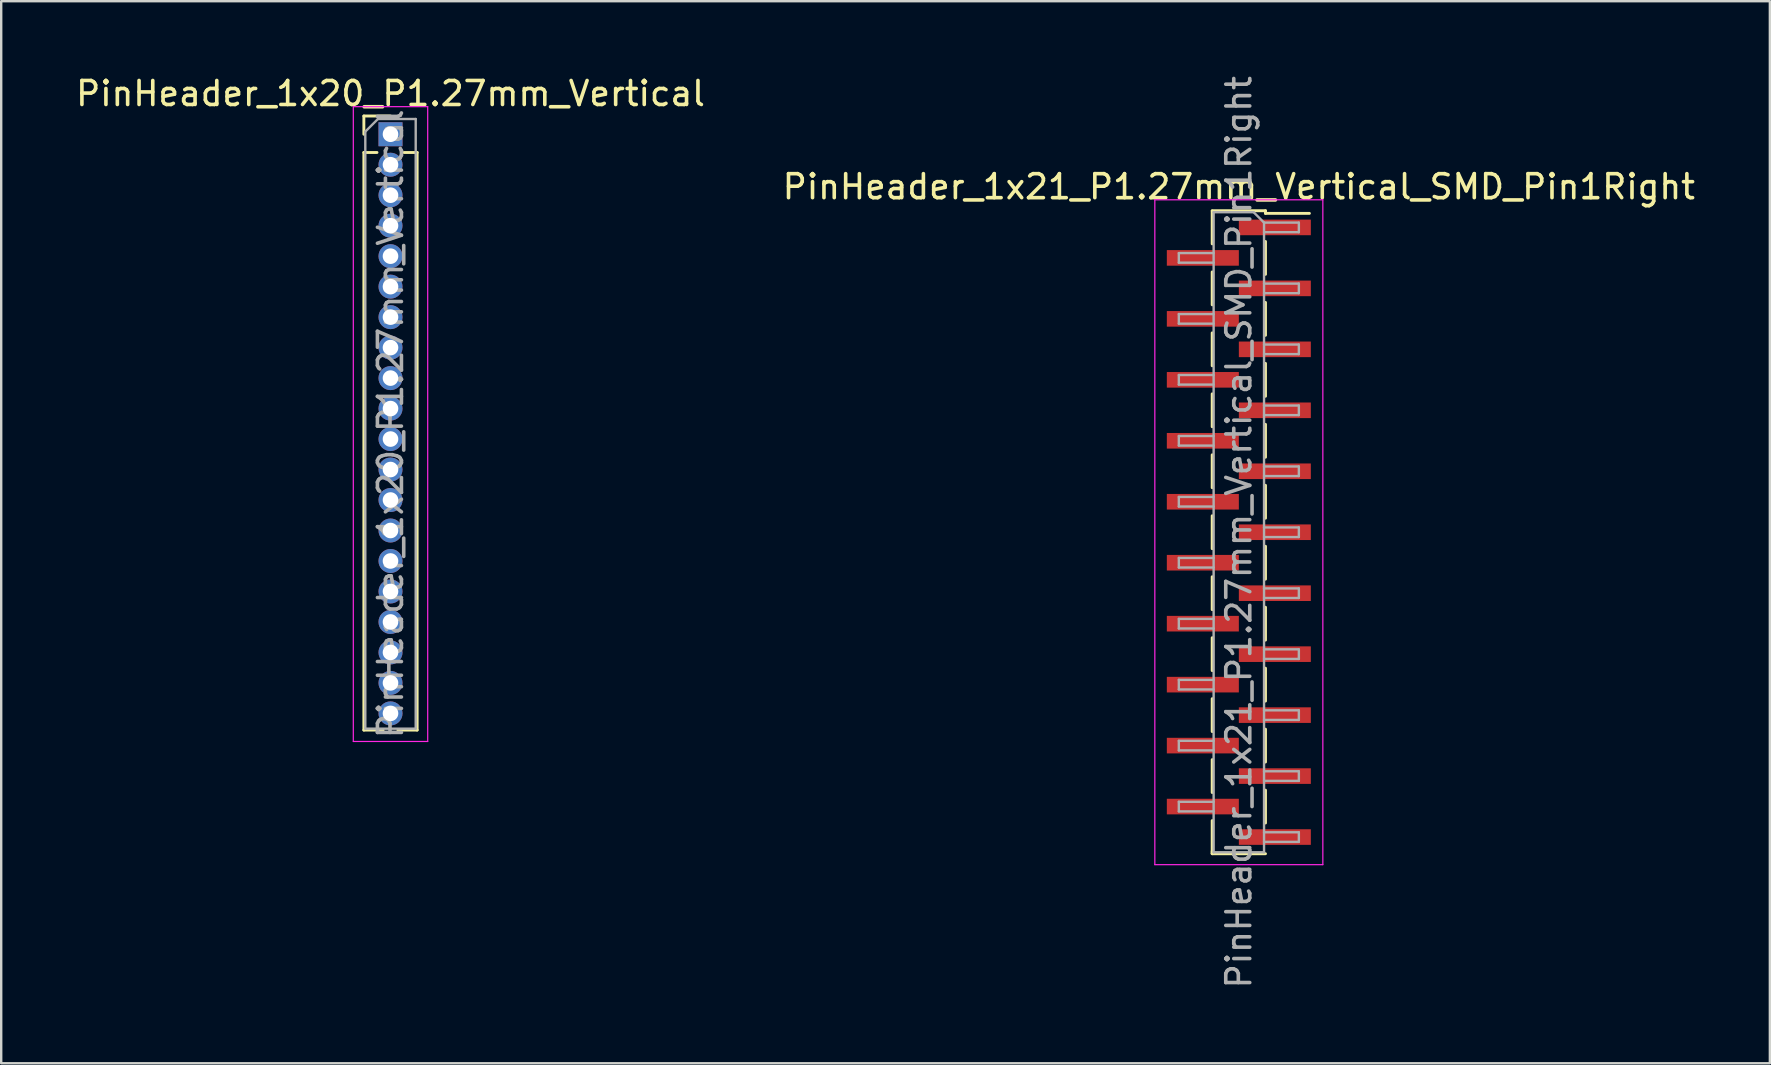
<source format=kicad_pcb>
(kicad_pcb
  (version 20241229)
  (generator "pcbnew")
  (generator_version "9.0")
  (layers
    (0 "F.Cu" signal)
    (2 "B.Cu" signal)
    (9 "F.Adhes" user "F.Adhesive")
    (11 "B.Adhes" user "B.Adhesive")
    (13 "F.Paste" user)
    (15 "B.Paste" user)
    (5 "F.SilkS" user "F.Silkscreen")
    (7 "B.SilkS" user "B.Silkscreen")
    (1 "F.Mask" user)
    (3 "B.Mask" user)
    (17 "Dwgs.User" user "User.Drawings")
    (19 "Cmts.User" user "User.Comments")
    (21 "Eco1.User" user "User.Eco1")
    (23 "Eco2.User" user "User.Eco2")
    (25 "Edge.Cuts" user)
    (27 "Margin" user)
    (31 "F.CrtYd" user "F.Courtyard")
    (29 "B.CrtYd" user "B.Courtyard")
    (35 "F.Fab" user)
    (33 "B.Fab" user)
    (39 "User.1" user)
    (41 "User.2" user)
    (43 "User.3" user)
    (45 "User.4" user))
  (footprint "PinHeader_1x21_P1.27mm_Vertical_SMD_Pin1Right"
    (layer "F.Cu")
    (at 48.565 19.125)
    (property "Reference" "PinHeader_1x21_P1.27mm_Vertical_SMD_Pin1Right" (at 0 -14.395 0) (layer "F.SilkS") (effects (font (size 1 1) (thickness 0.15))))
    (attr smd)
    (fp_line (start -1.11 -13.395) (end 1.11 -13.395) (stroke (width 0.12) (type solid)) (layer "F.SilkS"))
    (fp_line (start -1.11 -13.385) (end -1.11 -12.015) (stroke (width 0.12) (type solid)) (layer "F.SilkS"))
    (fp_line (start -1.11 -10.845) (end -1.11 -9.475) (stroke (width 0.12) (type solid)) (layer "F.SilkS"))
    (fp_line (start -1.11 -8.305) (end -1.11 -6.935) (stroke (width 0.12) (type solid)) (layer "F.SilkS"))
    (fp_line (start -1.11 -5.765) (end -1.11 -4.395) (stroke (width 0.12) (type solid)) (layer "F.SilkS"))
    (fp_line (start -1.11 -3.225) (end -1.11 -1.855) (stroke (width 0.12) (type solid)) (layer "F.SilkS"))
    (fp_line (start -1.11 -0.685) (end -1.11 0.685) (stroke (width 0.12) (type solid)) (layer "F.SilkS"))
    (fp_line (start -1.11 1.855) (end -1.11 3.225) (stroke (width 0.12) (type solid)) (layer "F.SilkS"))
    (fp_line (start -1.11 4.395) (end -1.11 5.765) (stroke (width 0.12) (type solid)) (layer "F.SilkS"))
    (fp_line (start -1.11 6.935) (end -1.11 8.305) (stroke (width 0.12) (type solid)) (layer "F.SilkS"))
    (fp_line (start -1.11 9.475) (end -1.11 10.845) (stroke (width 0.12) (type solid)) (layer "F.SilkS"))
    (fp_line (start -1.11 12.015) (end -1.11 13.385) (stroke (width 0.12) (type solid)) (layer "F.SilkS"))
    (fp_line (start -1.11 13.285) (end -1.11 13.395) (stroke (width 0.12) (type solid)) (layer "F.SilkS"))
    (fp_line (start -1.11 13.395) (end 1.11 13.395) (stroke (width 0.12) (type solid)) (layer "F.SilkS"))
    (fp_line (start 1.11 -13.395) (end 1.11 -13.285) (stroke (width 0.12) (type solid)) (layer "F.SilkS"))
    (fp_line (start 1.11 -13.285) (end 2.94 -13.285) (stroke (width 0.12) (type solid)) (layer "F.SilkS"))
    (fp_line (start 1.11 -12.115) (end 1.11 -10.745) (stroke (width 0.12) (type solid)) (layer "F.SilkS"))
    (fp_line (start 1.11 -9.575) (end 1.11 -8.205) (stroke (width 0.12) (type solid)) (layer "F.SilkS"))
    (fp_line (start 1.11 -7.035) (end 1.11 -5.665) (stroke (width 0.12) (type solid)) (layer "F.SilkS"))
    (fp_line (start 1.11 -4.495) (end 1.11 -3.125) (stroke (width 0.12) (type solid)) (layer "F.SilkS"))
    (fp_line (start 1.11 -1.955) (end 1.11 -0.585) (stroke (width 0.12) (type solid)) (layer "F.SilkS"))
    (fp_line (start 1.11 0.585) (end 1.11 1.955) (stroke (width 0.12) (type solid)) (layer "F.SilkS"))
    (fp_line (start 1.11 3.125) (end 1.11 4.495) (stroke (width 0.12) (type solid)) (layer "F.SilkS"))
    (fp_line (start 1.11 5.665) (end 1.11 7.035) (stroke (width 0.12) (type solid)) (layer "F.SilkS"))
    (fp_line (start 1.11 8.205) (end 1.11 9.575) (stroke (width 0.12) (type solid)) (layer "F.SilkS"))
    (fp_line (start 1.11 10.745) (end 1.11 12.115) (stroke (width 0.12) (type solid)) (layer "F.SilkS"))
    (fp_line (start -3.5 -13.85) (end -3.5 13.85) (stroke (width 0.05) (type solid)) (layer "F.CrtYd"))
    (fp_line (start -3.5 13.85) (end 3.5 13.85) (stroke (width 0.05) (type solid)) (layer "F.CrtYd"))
    (fp_line (start 3.5 -13.85) (end -3.5 -13.85) (stroke (width 0.05) (type solid)) (layer "F.CrtYd"))
    (fp_line (start 3.5 13.85) (end 3.5 -13.85) (stroke (width 0.05) (type solid)) (layer "F.CrtYd"))
    (fp_line (start -2.5 -11.63) (end -2.5 -11.23) (stroke (width 0.1) (type solid)) (layer "F.Fab"))
    (fp_line (start -2.5 -11.23) (end -1.05 -11.23) (stroke (width 0.1) (type solid)) (layer "F.Fab"))
    (fp_line (start -2.5 -9.09) (end -2.5 -8.69) (stroke (width 0.1) (type solid)) (layer "F.Fab"))
    (fp_line (start -2.5 -8.69) (end -1.05 -8.69) (stroke (width 0.1) (type solid)) (layer "F.Fab"))
    (fp_line (start -2.5 -6.55) (end -2.5 -6.15) (stroke (width 0.1) (type solid)) (layer "F.Fab"))
    (fp_line (start -2.5 -6.15) (end -1.05 -6.15) (stroke (width 0.1) (type solid)) (layer "F.Fab"))
    (fp_line (start -2.5 -4.01) (end -2.5 -3.61) (stroke (width 0.1) (type solid)) (layer "F.Fab"))
    (fp_line (start -2.5 -3.61) (end -1.05 -3.61) (stroke (width 0.1) (type solid)) (layer "F.Fab"))
    (fp_line (start -2.5 -1.47) (end -2.5 -1.07) (stroke (width 0.1) (type solid)) (layer "F.Fab"))
    (fp_line (start -2.5 -1.07) (end -1.05 -1.07) (stroke (width 0.1) (type solid)) (layer "F.Fab"))
    (fp_line (start -2.5 1.07) (end -2.5 1.47) (stroke (width 0.1) (type solid)) (layer "F.Fab"))
    (fp_line (start -2.5 1.47) (end -1.05 1.47) (stroke (width 0.1) (type solid)) (layer "F.Fab"))
    (fp_line (start -2.5 3.61) (end -2.5 4.01) (stroke (width 0.1) (type solid)) (layer "F.Fab"))
    (fp_line (start -2.5 4.01) (end -1.05 4.01) (stroke (width 0.1) (type solid)) (layer "F.Fab"))
    (fp_line (start -2.5 6.15) (end -2.5 6.55) (stroke (width 0.1) (type solid)) (layer "F.Fab"))
    (fp_line (start -2.5 6.55) (end -1.05 6.55) (stroke (width 0.1) (type solid)) (layer "F.Fab"))
    (fp_line (start -2.5 8.69) (end -2.5 9.09) (stroke (width 0.1) (type solid)) (layer "F.Fab"))
    (fp_line (start -2.5 9.09) (end -1.05 9.09) (stroke (width 0.1) (type solid)) (layer "F.Fab"))
    (fp_line (start -2.5 11.23) (end -2.5 11.63) (stroke (width 0.1) (type solid)) (layer "F.Fab"))
    (fp_line (start -2.5 11.63) (end -1.05 11.63) (stroke (width 0.1) (type solid)) (layer "F.Fab"))
    (fp_line (start -1.05 -13.335) (end -1.05 13.335) (stroke (width 0.1) (type solid)) (layer "F.Fab"))
    (fp_line (start -1.05 -13.335) (end 0.615 -13.335) (stroke (width 0.1) (type solid)) (layer "F.Fab"))
    (fp_line (start -1.05 -11.63) (end -2.5 -11.63) (stroke (width 0.1) (type solid)) (layer "F.Fab"))
    (fp_line (start -1.05 -9.09) (end -2.5 -9.09) (stroke (width 0.1) (type solid)) (layer "F.Fab"))
    (fp_line (start -1.05 -6.55) (end -2.5 -6.55) (stroke (width 0.1) (type solid)) (layer "F.Fab"))
    (fp_line (start -1.05 -4.01) (end -2.5 -4.01) (stroke (width 0.1) (type solid)) (layer "F.Fab"))
    (fp_line (start -1.05 -1.47) (end -2.5 -1.47) (stroke (width 0.1) (type solid)) (layer "F.Fab"))
    (fp_line (start -1.05 1.07) (end -2.5 1.07) (stroke (width 0.1) (type solid)) (layer "F.Fab"))
    (fp_line (start -1.05 3.61) (end -2.5 3.61) (stroke (width 0.1) (type solid)) (layer "F.Fab"))
    (fp_line (start -1.05 6.15) (end -2.5 6.15) (stroke (width 0.1) (type solid)) (layer "F.Fab"))
    (fp_line (start -1.05 8.69) (end -2.5 8.69) (stroke (width 0.1) (type solid)) (layer "F.Fab"))
    (fp_line (start -1.05 11.23) (end -2.5 11.23) (stroke (width 0.1) (type solid)) (layer "F.Fab"))
    (fp_line (start 1.05 -12.9) (end 0.615 -13.335) (stroke (width 0.1) (type solid)) (layer "F.Fab"))
    (fp_line (start 1.05 -12.9) (end 2.5 -12.9) (stroke (width 0.1) (type solid)) (layer "F.Fab"))
    (fp_line (start 1.05 -10.36) (end 2.5 -10.36) (stroke (width 0.1) (type solid)) (layer "F.Fab"))
    (fp_line (start 1.05 -7.82) (end 2.5 -7.82) (stroke (width 0.1) (type solid)) (layer "F.Fab"))
    (fp_line (start 1.05 -5.28) (end 2.5 -5.28) (stroke (width 0.1) (type solid)) (layer "F.Fab"))
    (fp_line (start 1.05 -2.74) (end 2.5 -2.74) (stroke (width 0.1) (type solid)) (layer "F.Fab"))
    (fp_line (start 1.05 -0.2) (end 2.5 -0.2) (stroke (width 0.1) (type solid)) (layer "F.Fab"))
    (fp_line (start 1.05 2.34) (end 2.5 2.34) (stroke (width 0.1) (type solid)) (layer "F.Fab"))
    (fp_line (start 1.05 4.88) (end 2.5 4.88) (stroke (width 0.1) (type solid)) (layer "F.Fab"))
    (fp_line (start 1.05 7.42) (end 2.5 7.42) (stroke (width 0.1) (type solid)) (layer "F.Fab"))
    (fp_line (start 1.05 9.96) (end 2.5 9.96) (stroke (width 0.1) (type solid)) (layer "F.Fab"))
    (fp_line (start 1.05 12.5) (end 2.5 12.5) (stroke (width 0.1) (type solid)) (layer "F.Fab"))
    (fp_line (start 1.05 13.335) (end -1.05 13.335) (stroke (width 0.1) (type solid)) (layer "F.Fab"))
    (fp_line (start 1.05 13.335) (end 1.05 -12.9) (stroke (width 0.1) (type solid)) (layer "F.Fab"))
    (fp_line (start 2.5 -12.9) (end 2.5 -12.5) (stroke (width 0.1) (type solid)) (layer "F.Fab"))
    (fp_line (start 2.5 -12.5) (end 1.05 -12.5) (stroke (width 0.1) (type solid)) (layer "F.Fab"))
    (fp_line (start 2.5 -10.36) (end 2.5 -9.96) (stroke (width 0.1) (type solid)) (layer "F.Fab"))
    (fp_line (start 2.5 -9.96) (end 1.05 -9.96) (stroke (width 0.1) (type solid)) (layer "F.Fab"))
    (fp_line (start 2.5 -7.82) (end 2.5 -7.42) (stroke (width 0.1) (type solid)) (layer "F.Fab"))
    (fp_line (start 2.5 -7.42) (end 1.05 -7.42) (stroke (width 0.1) (type solid)) (layer "F.Fab"))
    (fp_line (start 2.5 -5.28) (end 2.5 -4.88) (stroke (width 0.1) (type solid)) (layer "F.Fab"))
    (fp_line (start 2.5 -4.88) (end 1.05 -4.88) (stroke (width 0.1) (type solid)) (layer "F.Fab"))
    (fp_line (start 2.5 -2.74) (end 2.5 -2.34) (stroke (width 0.1) (type solid)) (layer "F.Fab"))
    (fp_line (start 2.5 -2.34) (end 1.05 -2.34) (stroke (width 0.1) (type solid)) (layer "F.Fab"))
    (fp_line (start 2.5 -0.2) (end 2.5 0.2) (stroke (width 0.1) (type solid)) (layer "F.Fab"))
    (fp_line (start 2.5 0.2) (end 1.05 0.2) (stroke (width 0.1) (type solid)) (layer "F.Fab"))
    (fp_line (start 2.5 2.34) (end 2.5 2.74) (stroke (width 0.1) (type solid)) (layer "F.Fab"))
    (fp_line (start 2.5 2.74) (end 1.05 2.74) (stroke (width 0.1) (type solid)) (layer "F.Fab"))
    (fp_line (start 2.5 4.88) (end 2.5 5.28) (stroke (width 0.1) (type solid)) (layer "F.Fab"))
    (fp_line (start 2.5 5.28) (end 1.05 5.28) (stroke (width 0.1) (type solid)) (layer "F.Fab"))
    (fp_line (start 2.5 7.42) (end 2.5 7.82) (stroke (width 0.1) (type solid)) (layer "F.Fab"))
    (fp_line (start 2.5 7.82) (end 1.05 7.82) (stroke (width 0.1) (type solid)) (layer "F.Fab"))
    (fp_line (start 2.5 9.96) (end 2.5 10.36) (stroke (width 0.1) (type solid)) (layer "F.Fab"))
    (fp_line (start 2.5 10.36) (end 1.05 10.36) (stroke (width 0.1) (type solid)) (layer "F.Fab"))
    (fp_line (start 2.5 12.5) (end 2.5 12.9) (stroke (width 0.1) (type solid)) (layer "F.Fab"))
    (fp_line (start 2.5 12.9) (end 1.05 12.9) (stroke (width 0.1) (type solid)) (layer "F.Fab"))
    (fp_text user "${REFERENCE}" (at 0 0 90) (layer "F.Fab") (effects (font (size 1 1) (thickness 0.15))))
    (pad "1" smd rect (at 1.5 -12.7) (size 3 0.65) (layers "F.Cu" "F.Mask" "F.Paste"))
    (pad "2" smd rect (at -1.5 -11.43) (size 3 0.65) (layers "F.Cu" "F.Mask" "F.Paste"))
    (pad "3" smd rect (at 1.5 -10.16) (size 3 0.65) (layers "F.Cu" "F.Mask" "F.Paste"))
    (pad "4" smd rect (at -1.5 -8.89) (size 3 0.65) (layers "F.Cu" "F.Mask" "F.Paste"))
    (pad "5" smd rect (at 1.5 -7.62) (size 3 0.65) (layers "F.Cu" "F.Mask" "F.Paste"))
    (pad "6" smd rect (at -1.5 -6.35) (size 3 0.65) (layers "F.Cu" "F.Mask" "F.Paste"))
    (pad "7" smd rect (at 1.5 -5.08) (size 3 0.65) (layers "F.Cu" "F.Mask" "F.Paste"))
    (pad "8" smd rect (at -1.5 -3.81) (size 3 0.65) (layers "F.Cu" "F.Mask" "F.Paste"))
    (pad "9" smd rect (at 1.5 -2.54) (size 3 0.65) (layers "F.Cu" "F.Mask" "F.Paste"))
    (pad "10" smd rect (at -1.5 -1.27) (size 3 0.65) (layers "F.Cu" "F.Mask" "F.Paste"))
    (pad "11" smd rect (at 1.5 0) (size 3 0.65) (layers "F.Cu" "F.Mask" "F.Paste"))
    (pad "12" smd rect (at -1.5 1.27) (size 3 0.65) (layers "F.Cu" "F.Mask" "F.Paste"))
    (pad "13" smd rect (at 1.5 2.54) (size 3 0.65) (layers "F.Cu" "F.Mask" "F.Paste"))
    (pad "14" smd rect (at -1.5 3.81) (size 3 0.65) (layers "F.Cu" "F.Mask" "F.Paste"))
    (pad "15" smd rect (at 1.5 5.08) (size 3 0.65) (layers "F.Cu" "F.Mask" "F.Paste"))
    (pad "16" smd rect (at -1.5 6.35) (size 3 0.65) (layers "F.Cu" "F.Mask" "F.Paste"))
    (pad "17" smd rect (at 1.5 7.62) (size 3 0.65) (layers "F.Cu" "F.Mask" "F.Paste"))
    (pad "18" smd rect (at -1.5 8.89) (size 3 0.65) (layers "F.Cu" "F.Mask" "F.Paste"))
    (pad "19" smd rect (at 1.5 10.16) (size 3 0.65) (layers "F.Cu" "F.Mask" "F.Paste"))
    (pad "20" smd rect (at -1.5 11.43) (size 3 0.65) (layers "F.Cu" "F.Mask" "F.Paste"))
    (pad "21" smd rect (at 1.5 12.7) (size 3 0.65) (layers "F.Cu" "F.Mask" "F.Paste")))
  (footprint "PinHeader_1x20_P1.27mm_Vertical"
    (layer "F.Cu")
    (at 13.22 2.543)
    (property "Reference" "PinHeader_1x20_P1.27mm_Vertical" (at 0 -1.695 0) (layer "F.SilkS") (effects (font (size 1 1) (thickness 0.15))))
    (attr through_hole)
    (fp_line (start -1.11 -0.76) (end 0 -0.76) (stroke (width 0.12) (type solid)) (layer "F.SilkS"))
    (fp_line (start -1.11 0) (end -1.11 -0.76) (stroke (width 0.12) (type solid)) (layer "F.SilkS"))
    (fp_line (start -1.11 0.76) (end -1.11 24.825) (stroke (width 0.12) (type solid)) (layer "F.SilkS"))
    (fp_line (start -1.11 0.76) (end -0.563 0.76) (stroke (width 0.12) (type solid)) (layer "F.SilkS"))
    (fp_line (start -1.11 24.825) (end -0.308 24.825) (stroke (width 0.12) (type solid)) (layer "F.SilkS"))
    (fp_line (start 0.308 24.825) (end 1.11 24.825) (stroke (width 0.12) (type solid)) (layer "F.SilkS"))
    (fp_line (start 0.563 0.76) (end 1.11 0.76) (stroke (width 0.12) (type solid)) (layer "F.SilkS"))
    (fp_line (start 1.11 0.76) (end 1.11 24.825) (stroke (width 0.12) (type solid)) (layer "F.SilkS"))
    (fp_line (start -1.55 -1.15) (end -1.55 25.3) (stroke (width 0.05) (type solid)) (layer "F.CrtYd"))
    (fp_line (start -1.55 25.3) (end 1.55 25.3) (stroke (width 0.05) (type solid)) (layer "F.CrtYd"))
    (fp_line (start 1.55 -1.15) (end -1.55 -1.15) (stroke (width 0.05) (type solid)) (layer "F.CrtYd"))
    (fp_line (start 1.55 25.3) (end 1.55 -1.15) (stroke (width 0.05) (type solid)) (layer "F.CrtYd"))
    (fp_line (start -1.05 -0.11) (end -0.525 -0.635) (stroke (width 0.1) (type solid)) (layer "F.Fab"))
    (fp_line (start -1.05 24.765) (end -1.05 -0.11) (stroke (width 0.1) (type solid)) (layer "F.Fab"))
    (fp_line (start -0.525 -0.635) (end 1.05 -0.635) (stroke (width 0.1) (type solid)) (layer "F.Fab"))
    (fp_line (start 1.05 -0.635) (end 1.05 24.765) (stroke (width 0.1) (type solid)) (layer "F.Fab"))
    (fp_line (start 1.05 24.765) (end -1.05 24.765) (stroke (width 0.1) (type solid)) (layer "F.Fab"))
    (fp_text user "${REFERENCE}" (at 0 12.065 90) (layer "F.Fab") (effects (font (size 1 1) (thickness 0.15))))
    (pad "1" thru_hole rect (at 0 0) (size 1 1) (drill 0.65) (layers "*.Cu" "*.Mask"))
    (pad "2" thru_hole oval (at 0 1.27) (size 1 1) (drill 0.65) (layers "*.Cu" "*.Mask"))
    (pad "3" thru_hole oval (at 0 2.54) (size 1 1) (drill 0.65) (layers "*.Cu" "*.Mask"))
    (pad "4" thru_hole oval (at 0 3.81) (size 1 1) (drill 0.65) (layers "*.Cu" "*.Mask"))
    (pad "5" thru_hole oval (at 0 5.08) (size 1 1) (drill 0.65) (layers "*.Cu" "*.Mask"))
    (pad "6" thru_hole oval (at 0 6.35) (size 1 1) (drill 0.65) (layers "*.Cu" "*.Mask"))
    (pad "7" thru_hole oval (at 0 7.62) (size 1 1) (drill 0.65) (layers "*.Cu" "*.Mask"))
    (pad "8" thru_hole oval (at 0 8.89) (size 1 1) (drill 0.65) (layers "*.Cu" "*.Mask"))
    (pad "9" thru_hole oval (at 0 10.16) (size 1 1) (drill 0.65) (layers "*.Cu" "*.Mask"))
    (pad "10" thru_hole oval (at 0 11.43) (size 1 1) (drill 0.65) (layers "*.Cu" "*.Mask"))
    (pad "11" thru_hole oval (at 0 12.7) (size 1 1) (drill 0.65) (layers "*.Cu" "*.Mask"))
    (pad "12" thru_hole oval (at 0 13.97) (size 1 1) (drill 0.65) (layers "*.Cu" "*.Mask"))
    (pad "13" thru_hole oval (at 0 15.24) (size 1 1) (drill 0.65) (layers "*.Cu" "*.Mask"))
    (pad "14" thru_hole oval (at 0 16.51) (size 1 1) (drill 0.65) (layers "*.Cu" "*.Mask"))
    (pad "15" thru_hole oval (at 0 17.78) (size 1 1) (drill 0.65) (layers "*.Cu" "*.Mask"))
    (pad "16" thru_hole oval (at 0 19.05) (size 1 1) (drill 0.65) (layers "*.Cu" "*.Mask"))
    (pad "17" thru_hole oval (at 0 20.32) (size 1 1) (drill 0.65) (layers "*.Cu" "*.Mask"))
    (pad "18" thru_hole oval (at 0 21.59) (size 1 1) (drill 0.65) (layers "*.Cu" "*.Mask"))
    (pad "19" thru_hole oval (at 0 22.86) (size 1 1) (drill 0.65) (layers "*.Cu" "*.Mask"))
    (pad "20" thru_hole oval (at 0 24.13) (size 1 1) (drill 0.65) (layers "*.Cu" "*.Mask")))
  (gr_rect
    (start -3 -3)
    (end 70.69 41.25)
    (stroke (width 0.1) (type default))
    (fill no)
    (layer "Edge.Cuts")))
</source>
